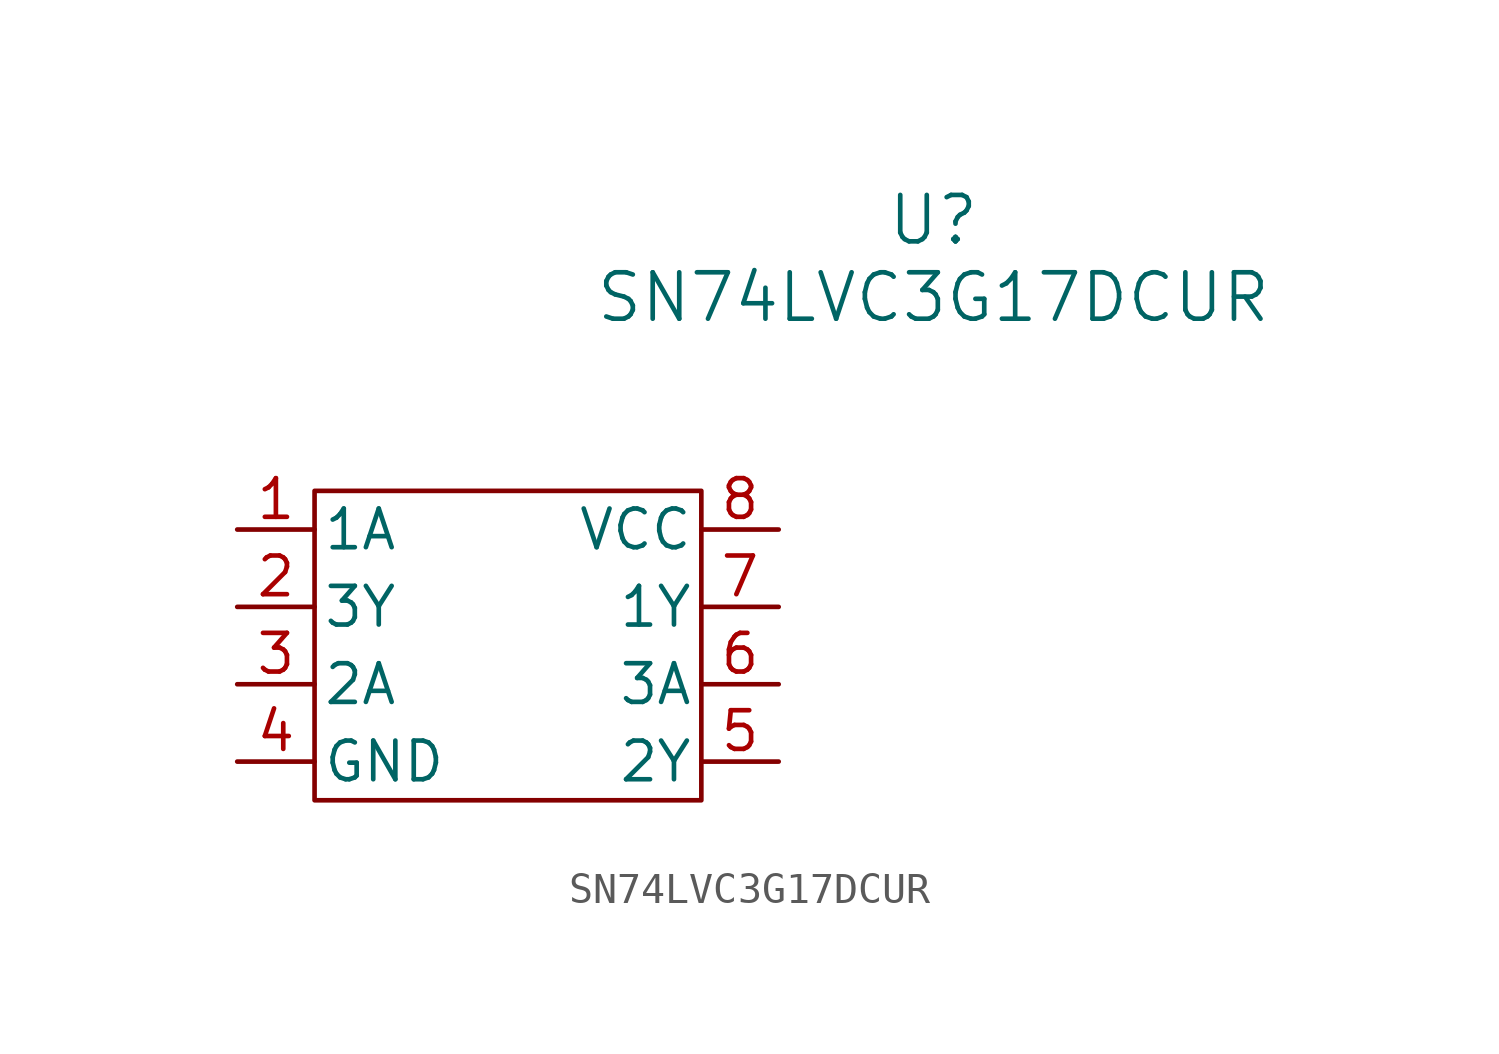
<source format=kicad_sym>
(kicad_symbol_lib
  (version 20241209)
  (generator "kicad_symbol_editor")
  (generator_version "9.0")
  (symbol "SN74LVC3G17DCUR"
    (pin_names
      (offset 0.254))
    (property "Reference" "U"
      (at 27.94 10.16 0)
      (effects (font (size 1.524 1.524))))
    (property "Value" "SN74LVC3G17DCUR"
      (at 27.94 7.62 0)
      (effects (font (size 1.524 1.524))))
    (property "ki_locked" ""
      (at 0 0 0)
      (effects (font (size 1.27 1.27))))
    (symbol "SN74LVC3G17DCUR_0_1"
      (rectangle (start 7.62 1.27) (end 20.32 -8.89) (stroke (width 0) (type default)) (fill (type none))))
    (symbol "SN74LVC3G17DCUR_1_1"
      (pin input line (at 5.08 0 0) (length 2.54) (name "1A" (effects (font (size 1.27 1.27)))) (number "1" (effects (font (size 1.27 1.27)))))
      (pin output line (at 5.08 -2.54 0) (length 2.54) (name "3Y" (effects (font (size 1.27 1.27)))) (number "2" (effects (font (size 1.27 1.27)))))
      (pin input line (at 5.08 -5.08 0) (length 2.54) (name "2A" (effects (font (size 1.27 1.27)))) (number "3" (effects (font (size 1.27 1.27)))))
      (pin power_in line (at 5.08 -7.62 0) (length 2.54) (name "GND" (effects (font (size 1.27 1.27)))) (number "4" (effects (font (size 1.27 1.27)))))
      (pin power_in line (at 22.86 0 180) (length 2.54) (name "VCC" (effects (font (size 1.27 1.27)))) (number "8" (effects (font (size 1.27 1.27)))))
      (pin output line (at 22.86 -2.54 180) (length 2.54) (name "1Y" (effects (font (size 1.27 1.27)))) (number "7" (effects (font (size 1.27 1.27)))))
      (pin input line (at 22.86 -5.08 180) (length 2.54) (name "3A" (effects (font (size 1.27 1.27)))) (number "6" (effects (font (size 1.27 1.27)))))
      (pin output line (at 22.86 -7.62 180) (length 2.54) (name "2Y" (effects (font (size 1.27 1.27)))) (number "5" (effects (font (size 1.27 1.27))))))))
</source>
